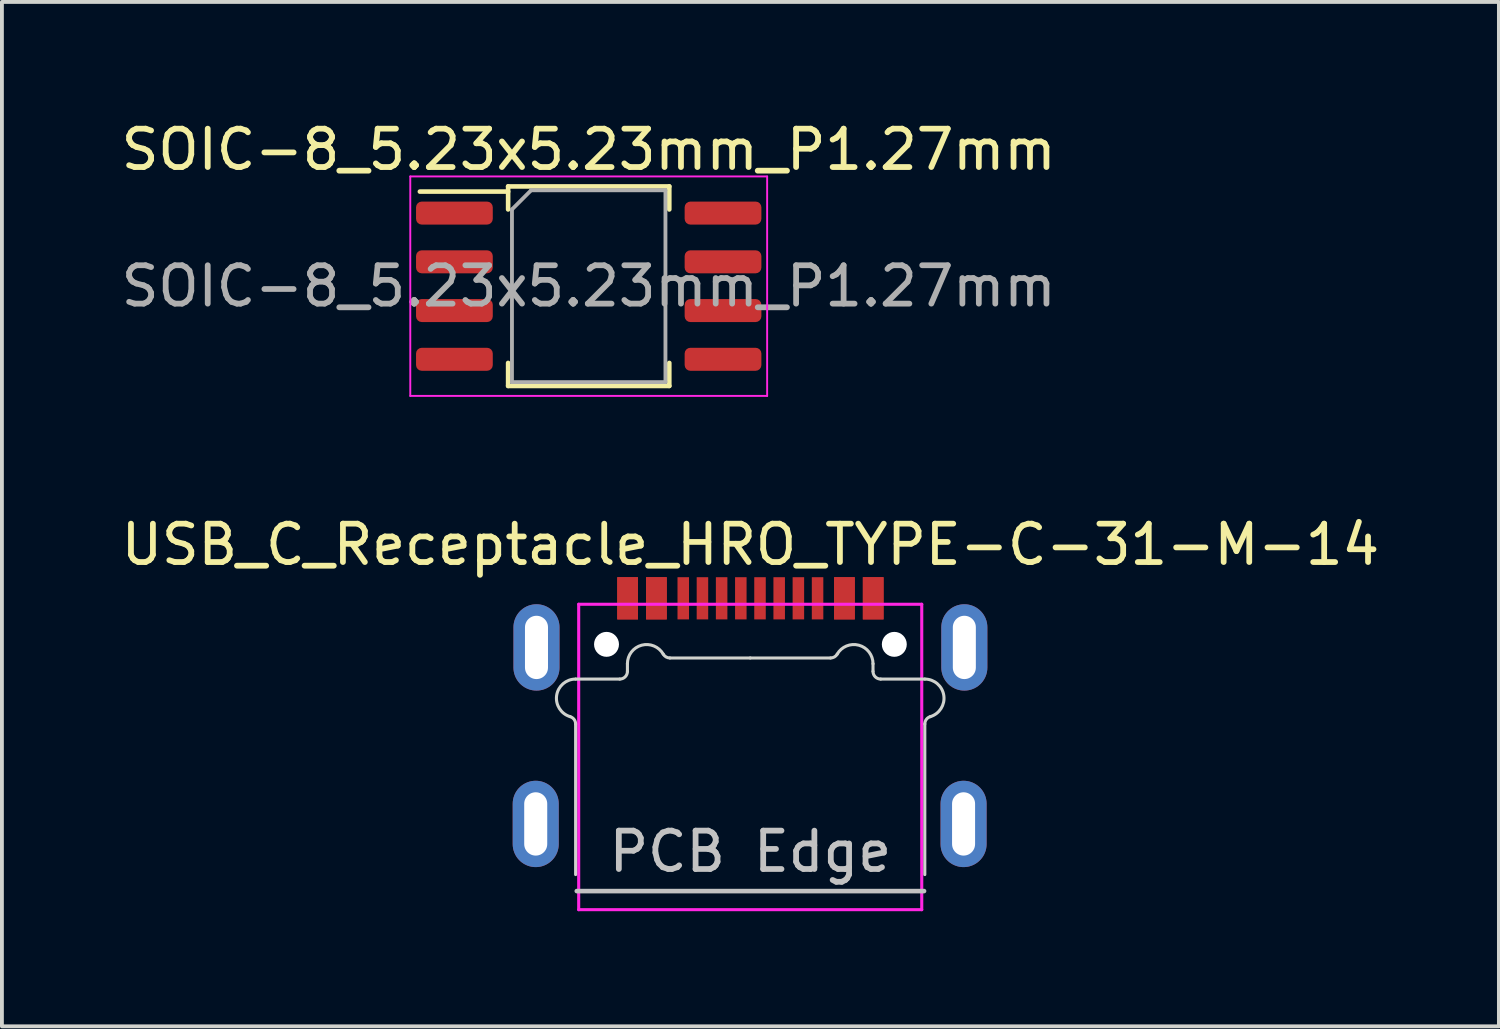
<source format=kicad_pcb>
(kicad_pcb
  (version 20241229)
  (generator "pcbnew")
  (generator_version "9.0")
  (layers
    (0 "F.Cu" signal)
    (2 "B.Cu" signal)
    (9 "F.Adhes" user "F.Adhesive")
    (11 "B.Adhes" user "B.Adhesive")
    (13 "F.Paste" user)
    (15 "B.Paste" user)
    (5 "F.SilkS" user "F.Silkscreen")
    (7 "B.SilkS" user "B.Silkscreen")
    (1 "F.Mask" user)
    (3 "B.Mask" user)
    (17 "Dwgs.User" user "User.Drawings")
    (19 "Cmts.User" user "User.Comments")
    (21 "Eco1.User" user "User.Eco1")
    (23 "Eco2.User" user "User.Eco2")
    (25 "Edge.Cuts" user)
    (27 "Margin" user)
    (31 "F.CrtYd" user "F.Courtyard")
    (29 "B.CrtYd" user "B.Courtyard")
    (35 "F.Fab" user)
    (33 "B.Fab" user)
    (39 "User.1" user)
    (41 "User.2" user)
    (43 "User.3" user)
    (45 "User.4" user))
  (footprint "SOIC-8_5.23x5.23mm_P1.27mm"
    (layer "F.Cu")
    (at 12.292 4.408)
    (property "Reference" "SOIC-8_5.23x5.23mm_P1.27mm" (at 0 -3.56 0) (layer "F.SilkS") (effects (font (size 1 1) (thickness 0.15))))
    (attr smd)
    (fp_line (start -2.1 -2.6) (end -2.1 -2) (stroke (width 0.12) (type solid)) (layer "F.SilkS"))
    (fp_line (start -2.1 -2.465) (end -4.4 -2.465) (stroke (width 0.12) (type solid)) (layer "F.SilkS"))
    (fp_line (start -2.1 2.6) (end -2.1 2) (stroke (width 0.12) (type solid)) (layer "F.SilkS"))
    (fp_line (start 2.1 -2.6) (end -2.1 -2.6) (stroke (width 0.12) (type solid)) (layer "F.SilkS"))
    (fp_line (start 2.1 -2.6) (end 2.1 -2) (stroke (width 0.12) (type solid)) (layer "F.SilkS"))
    (fp_line (start 2.1 2.6) (end -2.1 2.6) (stroke (width 0.12) (type solid)) (layer "F.SilkS"))
    (fp_line (start 2.1 2.6) (end 2.1 2) (stroke (width 0.12) (type solid)) (layer "F.SilkS"))
    (fp_line (start -4.65 -2.86) (end -4.65 2.86) (stroke (width 0.05) (type solid)) (layer "F.CrtYd"))
    (fp_line (start -4.65 2.86) (end 4.65 2.86) (stroke (width 0.05) (type solid)) (layer "F.CrtYd"))
    (fp_line (start 4.65 -2.86) (end -4.65 -2.86) (stroke (width 0.05) (type solid)) (layer "F.CrtYd"))
    (fp_line (start 4.65 2.86) (end 4.65 -2.86) (stroke (width 0.05) (type solid)) (layer "F.CrtYd"))
    (fp_line (start -2 -2) (end -1.5 -2.5) (stroke (width 0.1) (type solid)) (layer "F.Fab"))
    (fp_line (start -2 2.5) (end -2 -2) (stroke (width 0.1) (type solid)) (layer "F.Fab"))
    (fp_line (start -1.5 -2.5) (end 2 -2.5) (stroke (width 0.1) (type solid)) (layer "F.Fab"))
    (fp_line (start 2 -2.5) (end 2 2.5) (stroke (width 0.1) (type solid)) (layer "F.Fab"))
    (fp_line (start 2 2.5) (end -2 2.5) (stroke (width 0.1) (type solid)) (layer "F.Fab"))
    (fp_text user "${REFERENCE}" (at 0 0 0) (layer "F.Fab") (effects (font (size 1 1) (thickness 0.15))))
    (pad "1" smd roundrect (at -3.5 -1.905) (size 2 0.6) (layers "F.Cu" "F.Mask" "F.Paste") (roundrect_rratio 0.25))
    (pad "2" smd roundrect (at -3.5 -0.635) (size 2 0.6) (layers "F.Cu" "F.Mask" "F.Paste") (roundrect_rratio 0.25))
    (pad "3" smd roundrect (at -3.5 0.635) (size 2 0.6) (layers "F.Cu" "F.Mask" "F.Paste") (roundrect_rratio 0.25))
    (pad "4" smd roundrect (at -3.5 1.905) (size 2 0.6) (layers "F.Cu" "F.Mask" "F.Paste") (roundrect_rratio 0.25))
    (pad "5" smd roundrect (at 3.5 1.905) (size 2 0.6) (layers "F.Cu" "F.Mask" "F.Paste") (roundrect_rratio 0.25))
    (pad "6" smd roundrect (at 3.5 0.635) (size 2 0.6) (layers "F.Cu" "F.Mask" "F.Paste") (roundrect_rratio 0.25))
    (pad "7" smd roundrect (at 3.5 -0.635) (size 2 0.6) (layers "F.Cu" "F.Mask" "F.Paste") (roundrect_rratio 0.25))
    (pad "8" smd roundrect (at 3.5 -1.905) (size 2 0.6) (layers "F.Cu" "F.Mask" "F.Paste") (roundrect_rratio 0.25)))
  (footprint "USB_C_Receptacle_HRO_TYPE-C-31-M-14"
    (layer "F.Cu")
    (at 16.506 13.742)
    (property "Reference" "USB_C_Receptacle_HRO_TYPE-C-31-M-14" (at 0 -2.6 180) (layer "F.SilkS") (effects (font (size 1 1) (thickness 0.15))))
    (attr smd)
    (fp_line (start -4.525 6.43) (end 4.525 6.43) (stroke (width 0.12) (type solid)) (layer "Dwgs.User"))
    (fp_line (start -4.555 2.076) (end -4.555 6) (stroke (width 0.08) (type solid)) (layer "Edge.Cuts"))
    (fp_line (start -3.405 0.905) (end -4.555 0.905) (stroke (width 0.08) (type solid)) (layer "Edge.Cuts"))
    (fp_line (start -3.205 0.505) (end -3.205 0.705) (stroke (width 0.08) (type solid)) (layer "Edge.Cuts"))
    (fp_line (start -0.005 0.355) (end -2.099 0.355) (stroke (width 0.08) (type solid)) (layer "Edge.Cuts"))
    (fp_line (start -0.005 0.355) (end 2.089 0.355) (stroke (width 0.08) (type solid)) (layer "Edge.Cuts"))
    (fp_line (start 3.195 0.505) (end 3.195 0.705) (stroke (width 0.08) (type solid)) (layer "Edge.Cuts"))
    (fp_line (start 3.395 0.905) (end 4.545 0.905) (stroke (width 0.08) (type solid)) (layer "Edge.Cuts"))
    (fp_line (start 4.545 2.076) (end 4.545 6) (stroke (width 0.08) (type solid)) (layer "Edge.Cuts"))
    (fp_arc (start -4.697856 1.884157) (mid -5.04976 1.332815) (end -4.554999 0.905) (stroke (width 0.08) (type solid)) (layer "Edge.Cuts"))
    (fp_arc (start -4.697856 1.884158) (mid -4.594642 1.956298) (end -4.554999 2.075821) (stroke (width 0.08) (type solid)) (layer "Edge.Cuts"))
    (fp_arc (start -3.204999 0.505) (mid -2.834408 0.022037) (end -2.271986 0.255) (stroke (width 0.08) (type solid)) (layer "Edge.Cuts"))
    (fp_arc (start -3.204998 0.705) (mid -3.263577 0.846421) (end -3.404998 0.905) (stroke (width 0.08) (type solid)) (layer "Edge.Cuts"))
    (fp_arc (start -2.098781 0.355) (mid -2.198781 0.328205) (end -2.271986 0.255) (stroke (width 0.08) (type solid)) (layer "Edge.Cuts"))
    (fp_arc (start 2.261988 0.255) (mid 2.188783 0.328205) (end 2.088783 0.355) (stroke (width 0.08) (type solid)) (layer "Edge.Cuts"))
    (fp_arc (start 2.261988 0.255) (mid 2.824411 0.022037) (end 3.195001 0.505) (stroke (width 0.08) (type solid)) (layer "Edge.Cuts"))
    (fp_arc (start 3.395 0.904999) (mid 3.253579 0.846421) (end 3.195001 0.705) (stroke (width 0.08) (type solid)) (layer "Edge.Cuts"))
    (fp_arc (start 4.545001 0.904999) (mid 5.039764 1.332815) (end 4.687858 1.884158) (stroke (width 0.08) (type solid)) (layer "Edge.Cuts"))
    (fp_arc (start 4.545001 2.075821) (mid 4.584644 1.956298) (end 4.687858 1.884158) (stroke (width 0.08) (type solid)) (layer "Edge.Cuts"))
    (fp_line (start -4.475 -1.045) (end 4.465 -1.045) (stroke (width 0.08) (type solid)) (layer "F.CrtYd"))
    (fp_line (start -4.475 6.915) (end -4.475 -1.045) (stroke (width 0.08) (type solid)) (layer "F.CrtYd"))
    (fp_line (start 4.465 -1.045) (end 4.465 6.915) (stroke (width 0.08) (type solid)) (layer "F.CrtYd"))
    (fp_line (start 4.465 6.915) (end -4.475 6.915) (stroke (width 0.08) (type solid)) (layer "F.CrtYd"))
    (fp_text user "PCB Edge" (at 0 5.4 0) (layer "Dwgs.User") (effects (font (size 1 1) (thickness 0.15))))
    (pad "" np_thru_hole circle (at -3.75 0) (size 0.65 0.65) (drill 0.65) (layers "*.Cu" "*.Mask"))
    (pad "" np_thru_hole circle (at 3.75 0) (size 0.65 0.65) (drill 0.65) (layers "*.Cu" "*.Mask"))
    (pad "A1" smd rect (at -3.2 -1.2 180) (size 0.54 1.1) (layers "F.Cu" "F.Mask" "F.Paste"))
    (pad "A4" smd rect (at -2.45 -1.2 180) (size 0.54 1.1) (layers "F.Cu" "F.Mask" "F.Paste"))
    (pad "A5" smd rect (at -1.25 -1.2 180) (size 0.3 1.1) (layers "F.Cu" "F.Mask" "F.Paste"))
    (pad "A6" smd rect (at -0.25 -1.2 180) (size 0.3 1.1) (layers "F.Cu" "F.Mask" "F.Paste"))
    (pad "A7" smd rect (at 0.25 -1.2 180) (size 0.3 1.1) (layers "F.Cu" "F.Mask" "F.Paste"))
    (pad "A8" smd rect (at 1.25 -1.2 180) (size 0.3 1.1) (layers "F.Cu" "F.Mask" "F.Paste"))
    (pad "A9" smd rect (at 2.45 -1.2 180) (size 0.54 1.1) (layers "F.Cu" "F.Mask" "F.Paste"))
    (pad "A12" smd rect (at 3.2 -1.2 180) (size 0.54 1.1) (layers "F.Cu" "F.Mask" "F.Paste"))
    (pad "B1" smd rect (at 3.2 -1.2 180) (size 0.54 1.1) (layers "F.Cu" "F.Mask" "F.Paste"))
    (pad "B4" smd rect (at 2.45 -1.2 180) (size 0.54 1.1) (layers "F.Cu" "F.Mask" "F.Paste"))
    (pad "B5" smd rect (at 1.75 -1.2 180) (size 0.3 1.1) (layers "F.Cu" "F.Mask" "F.Paste"))
    (pad "B6" smd rect (at 0.75 -1.2 180) (size 0.3 1.1) (layers "F.Cu" "F.Mask" "F.Paste"))
    (pad "B7" smd rect (at -0.75 -1.2 180) (size 0.3 1.1) (layers "F.Cu" "F.Mask" "F.Paste"))
    (pad "B8" smd rect (at -1.75 -1.2 180) (size 0.3 1.1) (layers "F.Cu" "F.Mask" "F.Paste"))
    (pad "B9" smd rect (at -2.45 -1.2 180) (size 0.54 1.1) (layers "F.Cu" "F.Mask" "F.Paste"))
    (pad "B12" smd rect (at -3.2 -1.2 180) (size 0.54 1.1) (layers "F.Cu" "F.Mask" "F.Paste"))
    (pad "S1" thru_hole oval (at -5.595 4.68 180) (size 1.2 2.25) (drill oval 0.6 1.65) (layers "*.Cu" "*.Mask"))
    (pad "S1" thru_hole oval (at -5.575 0.08 180) (size 1.2 2.25) (drill oval 0.6 1.65) (layers "*.Cu" "*.Mask"))
    (pad "S1" thru_hole oval (at 5.555 4.68 180) (size 1.2 2.25) (drill oval 0.6 1.65) (layers "*.Cu" "*.Mask"))
    (pad "S1" thru_hole oval (at 5.575 0.08 180) (size 1.2 2.25) (drill oval 0.6 1.65) (layers "*.Cu" "*.Mask")))
  (gr_rect
    (start -3 -3)
    (end 36.012 23.697)
    (stroke (width 0.1) (type default))
    (fill no)
    (layer "Edge.Cuts")))
</source>
